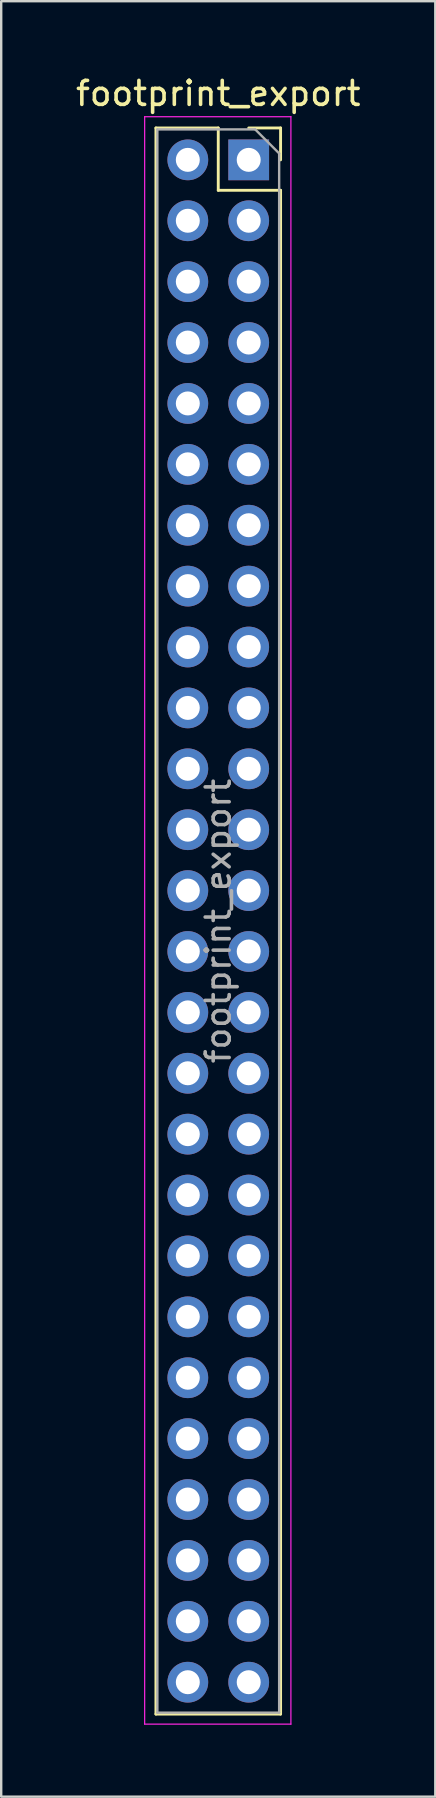
<source format=kicad_pcb>
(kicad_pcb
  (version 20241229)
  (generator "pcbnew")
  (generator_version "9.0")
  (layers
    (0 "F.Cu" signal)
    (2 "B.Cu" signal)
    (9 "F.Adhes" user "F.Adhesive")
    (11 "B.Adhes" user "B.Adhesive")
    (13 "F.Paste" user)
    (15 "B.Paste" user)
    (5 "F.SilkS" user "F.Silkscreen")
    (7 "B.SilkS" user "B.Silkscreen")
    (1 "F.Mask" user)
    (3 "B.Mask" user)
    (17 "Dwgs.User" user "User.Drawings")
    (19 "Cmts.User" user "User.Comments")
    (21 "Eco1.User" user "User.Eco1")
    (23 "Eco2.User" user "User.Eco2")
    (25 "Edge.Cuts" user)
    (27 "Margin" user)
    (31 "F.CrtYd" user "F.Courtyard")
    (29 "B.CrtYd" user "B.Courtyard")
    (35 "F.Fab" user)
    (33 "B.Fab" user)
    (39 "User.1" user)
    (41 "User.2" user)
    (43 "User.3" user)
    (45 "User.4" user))
  (footprint "footprint_export"
    (layer "F.Cu")
    (at 7.324 3.618)
    (property "Reference" "footprint_export" (at -1.27 -2.77 0) (layer "F.SilkS") (effects (font (size 1 1) (thickness 0.15))))
    (attr through_hole)
    (fp_line (start -3.87 -1.33) (end -3.87 64.83) (stroke (width 0.12) (type solid)) (layer "F.SilkS"))
    (fp_line (start -3.87 -1.33) (end -1.27 -1.33) (stroke (width 0.12) (type solid)) (layer "F.SilkS"))
    (fp_line (start -3.87 64.83) (end 1.33 64.83) (stroke (width 0.12) (type solid)) (layer "F.SilkS"))
    (fp_line (start -1.27 -1.33) (end -1.27 1.27) (stroke (width 0.12) (type solid)) (layer "F.SilkS"))
    (fp_line (start -1.27 1.27) (end 1.33 1.27) (stroke (width 0.12) (type solid)) (layer "F.SilkS"))
    (fp_line (start 0 -1.33) (end 1.33 -1.33) (stroke (width 0.12) (type solid)) (layer "F.SilkS"))
    (fp_line (start 1.33 -1.33) (end 1.33 0) (stroke (width 0.12) (type solid)) (layer "F.SilkS"))
    (fp_line (start 1.33 1.27) (end 1.33 64.83) (stroke (width 0.12) (type solid)) (layer "F.SilkS"))
    (fp_line (start -4.34 -1.8) (end 1.76 -1.8) (stroke (width 0.05) (type solid)) (layer "F.CrtYd"))
    (fp_line (start -4.34 65.25) (end -4.34 -1.8) (stroke (width 0.05) (type solid)) (layer "F.CrtYd"))
    (fp_line (start 1.76 -1.8) (end 1.76 65.25) (stroke (width 0.05) (type solid)) (layer "F.CrtYd"))
    (fp_line (start 1.76 65.25) (end -4.34 65.25) (stroke (width 0.05) (type solid)) (layer "F.CrtYd"))
    (fp_line (start -3.81 -1.27) (end 0.27 -1.27) (stroke (width 0.1) (type solid)) (layer "F.Fab"))
    (fp_line (start -3.81 64.77) (end -3.81 -1.27) (stroke (width 0.1) (type solid)) (layer "F.Fab"))
    (fp_line (start 0.27 -1.27) (end 1.27 -0.27) (stroke (width 0.1) (type solid)) (layer "F.Fab"))
    (fp_line (start 1.27 -0.27) (end 1.27 64.77) (stroke (width 0.1) (type solid)) (layer "F.Fab"))
    (fp_line (start 1.27 64.77) (end -3.81 64.77) (stroke (width 0.1) (type solid)) (layer "F.Fab"))
    (fp_text user "${REFERENCE}" (at -1.27 31.75 90) (layer "F.Fab") (effects (font (size 1 1) (thickness 0.15))))
    (pad "1" thru_hole rect (at 0 0) (size 1.7 1.7) (drill 1) (layers "*.Cu" "*.Mask"))
    (pad "2" thru_hole oval (at -2.54 0) (size 1.7 1.7) (drill 1) (layers "*.Cu" "*.Mask"))
    (pad "3" thru_hole oval (at 0 2.54) (size 1.7 1.7) (drill 1) (layers "*.Cu" "*.Mask"))
    (pad "4" thru_hole oval (at -2.54 2.54) (size 1.7 1.7) (drill 1) (layers "*.Cu" "*.Mask"))
    (pad "5" thru_hole oval (at 0 5.08) (size 1.7 1.7) (drill 1) (layers "*.Cu" "*.Mask"))
    (pad "6" thru_hole oval (at -2.54 5.08) (size 1.7 1.7) (drill 1) (layers "*.Cu" "*.Mask"))
    (pad "7" thru_hole oval (at 0 7.62) (size 1.7 1.7) (drill 1) (layers "*.Cu" "*.Mask"))
    (pad "8" thru_hole oval (at -2.54 7.62) (size 1.7 1.7) (drill 1) (layers "*.Cu" "*.Mask"))
    (pad "9" thru_hole oval (at 0 10.16) (size 1.7 1.7) (drill 1) (layers "*.Cu" "*.Mask"))
    (pad "10" thru_hole oval (at -2.54 10.16) (size 1.7 1.7) (drill 1) (layers "*.Cu" "*.Mask"))
    (pad "11" thru_hole oval (at 0 12.7) (size 1.7 1.7) (drill 1) (layers "*.Cu" "*.Mask"))
    (pad "12" thru_hole oval (at -2.54 12.7) (size 1.7 1.7) (drill 1) (layers "*.Cu" "*.Mask"))
    (pad "13" thru_hole oval (at 0 15.24) (size 1.7 1.7) (drill 1) (layers "*.Cu" "*.Mask"))
    (pad "14" thru_hole oval (at -2.54 15.24) (size 1.7 1.7) (drill 1) (layers "*.Cu" "*.Mask"))
    (pad "15" thru_hole oval (at 0 17.78) (size 1.7 1.7) (drill 1) (layers "*.Cu" "*.Mask"))
    (pad "16" thru_hole oval (at -2.54 17.78) (size 1.7 1.7) (drill 1) (layers "*.Cu" "*.Mask"))
    (pad "17" thru_hole oval (at 0 20.32) (size 1.7 1.7) (drill 1) (layers "*.Cu" "*.Mask"))
    (pad "18" thru_hole oval (at -2.54 20.32) (size 1.7 1.7) (drill 1) (layers "*.Cu" "*.Mask"))
    (pad "19" thru_hole oval (at 0 22.86) (size 1.7 1.7) (drill 1) (layers "*.Cu" "*.Mask"))
    (pad "20" thru_hole oval (at -2.54 22.86) (size 1.7 1.7) (drill 1) (layers "*.Cu" "*.Mask"))
    (pad "21" thru_hole oval (at 0 25.4) (size 1.7 1.7) (drill 1) (layers "*.Cu" "*.Mask"))
    (pad "22" thru_hole oval (at -2.54 25.4) (size 1.7 1.7) (drill 1) (layers "*.Cu" "*.Mask"))
    (pad "23" thru_hole oval (at 0 27.94) (size 1.7 1.7) (drill 1) (layers "*.Cu" "*.Mask"))
    (pad "24" thru_hole oval (at -2.54 27.94) (size 1.7 1.7) (drill 1) (layers "*.Cu" "*.Mask"))
    (pad "25" thru_hole oval (at 0 30.48) (size 1.7 1.7) (drill 1) (layers "*.Cu" "*.Mask"))
    (pad "26" thru_hole oval (at -2.54 30.48) (size 1.7 1.7) (drill 1) (layers "*.Cu" "*.Mask"))
    (pad "27" thru_hole oval (at 0 33.02) (size 1.7 1.7) (drill 1) (layers "*.Cu" "*.Mask"))
    (pad "28" thru_hole oval (at -2.54 33.02) (size 1.7 1.7) (drill 1) (layers "*.Cu" "*.Mask"))
    (pad "29" thru_hole oval (at 0 35.56) (size 1.7 1.7) (drill 1) (layers "*.Cu" "*.Mask"))
    (pad "30" thru_hole oval (at -2.54 35.56) (size 1.7 1.7) (drill 1) (layers "*.Cu" "*.Mask"))
    (pad "31" thru_hole oval (at 0 38.1) (size 1.7 1.7) (drill 1) (layers "*.Cu" "*.Mask"))
    (pad "32" thru_hole oval (at -2.54 38.1) (size 1.7 1.7) (drill 1) (layers "*.Cu" "*.Mask"))
    (pad "33" thru_hole oval (at 0 40.64) (size 1.7 1.7) (drill 1) (layers "*.Cu" "*.Mask"))
    (pad "34" thru_hole oval (at -2.54 40.64) (size 1.7 1.7) (drill 1) (layers "*.Cu" "*.Mask"))
    (pad "35" thru_hole oval (at 0 43.18) (size 1.7 1.7) (drill 1) (layers "*.Cu" "*.Mask"))
    (pad "36" thru_hole oval (at -2.54 43.18) (size 1.7 1.7) (drill 1) (layers "*.Cu" "*.Mask"))
    (pad "37" thru_hole oval (at 0 45.72) (size 1.7 1.7) (drill 1) (layers "*.Cu" "*.Mask"))
    (pad "38" thru_hole oval (at -2.54 45.72) (size 1.7 1.7) (drill 1) (layers "*.Cu" "*.Mask"))
    (pad "39" thru_hole oval (at 0 48.26) (size 1.7 1.7) (drill 1) (layers "*.Cu" "*.Mask"))
    (pad "40" thru_hole oval (at -2.54 48.26) (size 1.7 1.7) (drill 1) (layers "*.Cu" "*.Mask"))
    (pad "41" thru_hole oval (at 0 50.8) (size 1.7 1.7) (drill 1) (layers "*.Cu" "*.Mask"))
    (pad "42" thru_hole oval (at -2.54 50.8) (size 1.7 1.7) (drill 1) (layers "*.Cu" "*.Mask"))
    (pad "43" thru_hole oval (at 0 53.34) (size 1.7 1.7) (drill 1) (layers "*.Cu" "*.Mask"))
    (pad "44" thru_hole oval (at -2.54 53.34) (size 1.7 1.7) (drill 1) (layers "*.Cu" "*.Mask"))
    (pad "45" thru_hole oval (at 0 55.88) (size 1.7 1.7) (drill 1) (layers "*.Cu" "*.Mask"))
    (pad "46" thru_hole oval (at -2.54 55.88) (size 1.7 1.7) (drill 1) (layers "*.Cu" "*.Mask"))
    (pad "47" thru_hole oval (at 0 58.42) (size 1.7 1.7) (drill 1) (layers "*.Cu" "*.Mask"))
    (pad "48" thru_hole oval (at -2.54 58.42) (size 1.7 1.7) (drill 1) (layers "*.Cu" "*.Mask"))
    (pad "49" thru_hole oval (at 0 60.96) (size 1.7 1.7) (drill 1) (layers "*.Cu" "*.Mask"))
    (pad "50" thru_hole oval (at -2.54 60.96) (size 1.7 1.7) (drill 1) (layers "*.Cu" "*.Mask"))
    (pad "51" thru_hole oval (at 0 63.5) (size 1.7 1.7) (drill 1) (layers "*.Cu" "*.Mask"))
    (pad "52" thru_hole oval (at -2.54 63.5) (size 1.7 1.7) (drill 1) (layers "*.Cu" "*.Mask")))
  (gr_rect
    (start -3 -3)
    (end 15.107 71.893)
    (stroke (width 0.1) (type default))
    (fill no)
    (layer "Edge.Cuts")))
</source>
